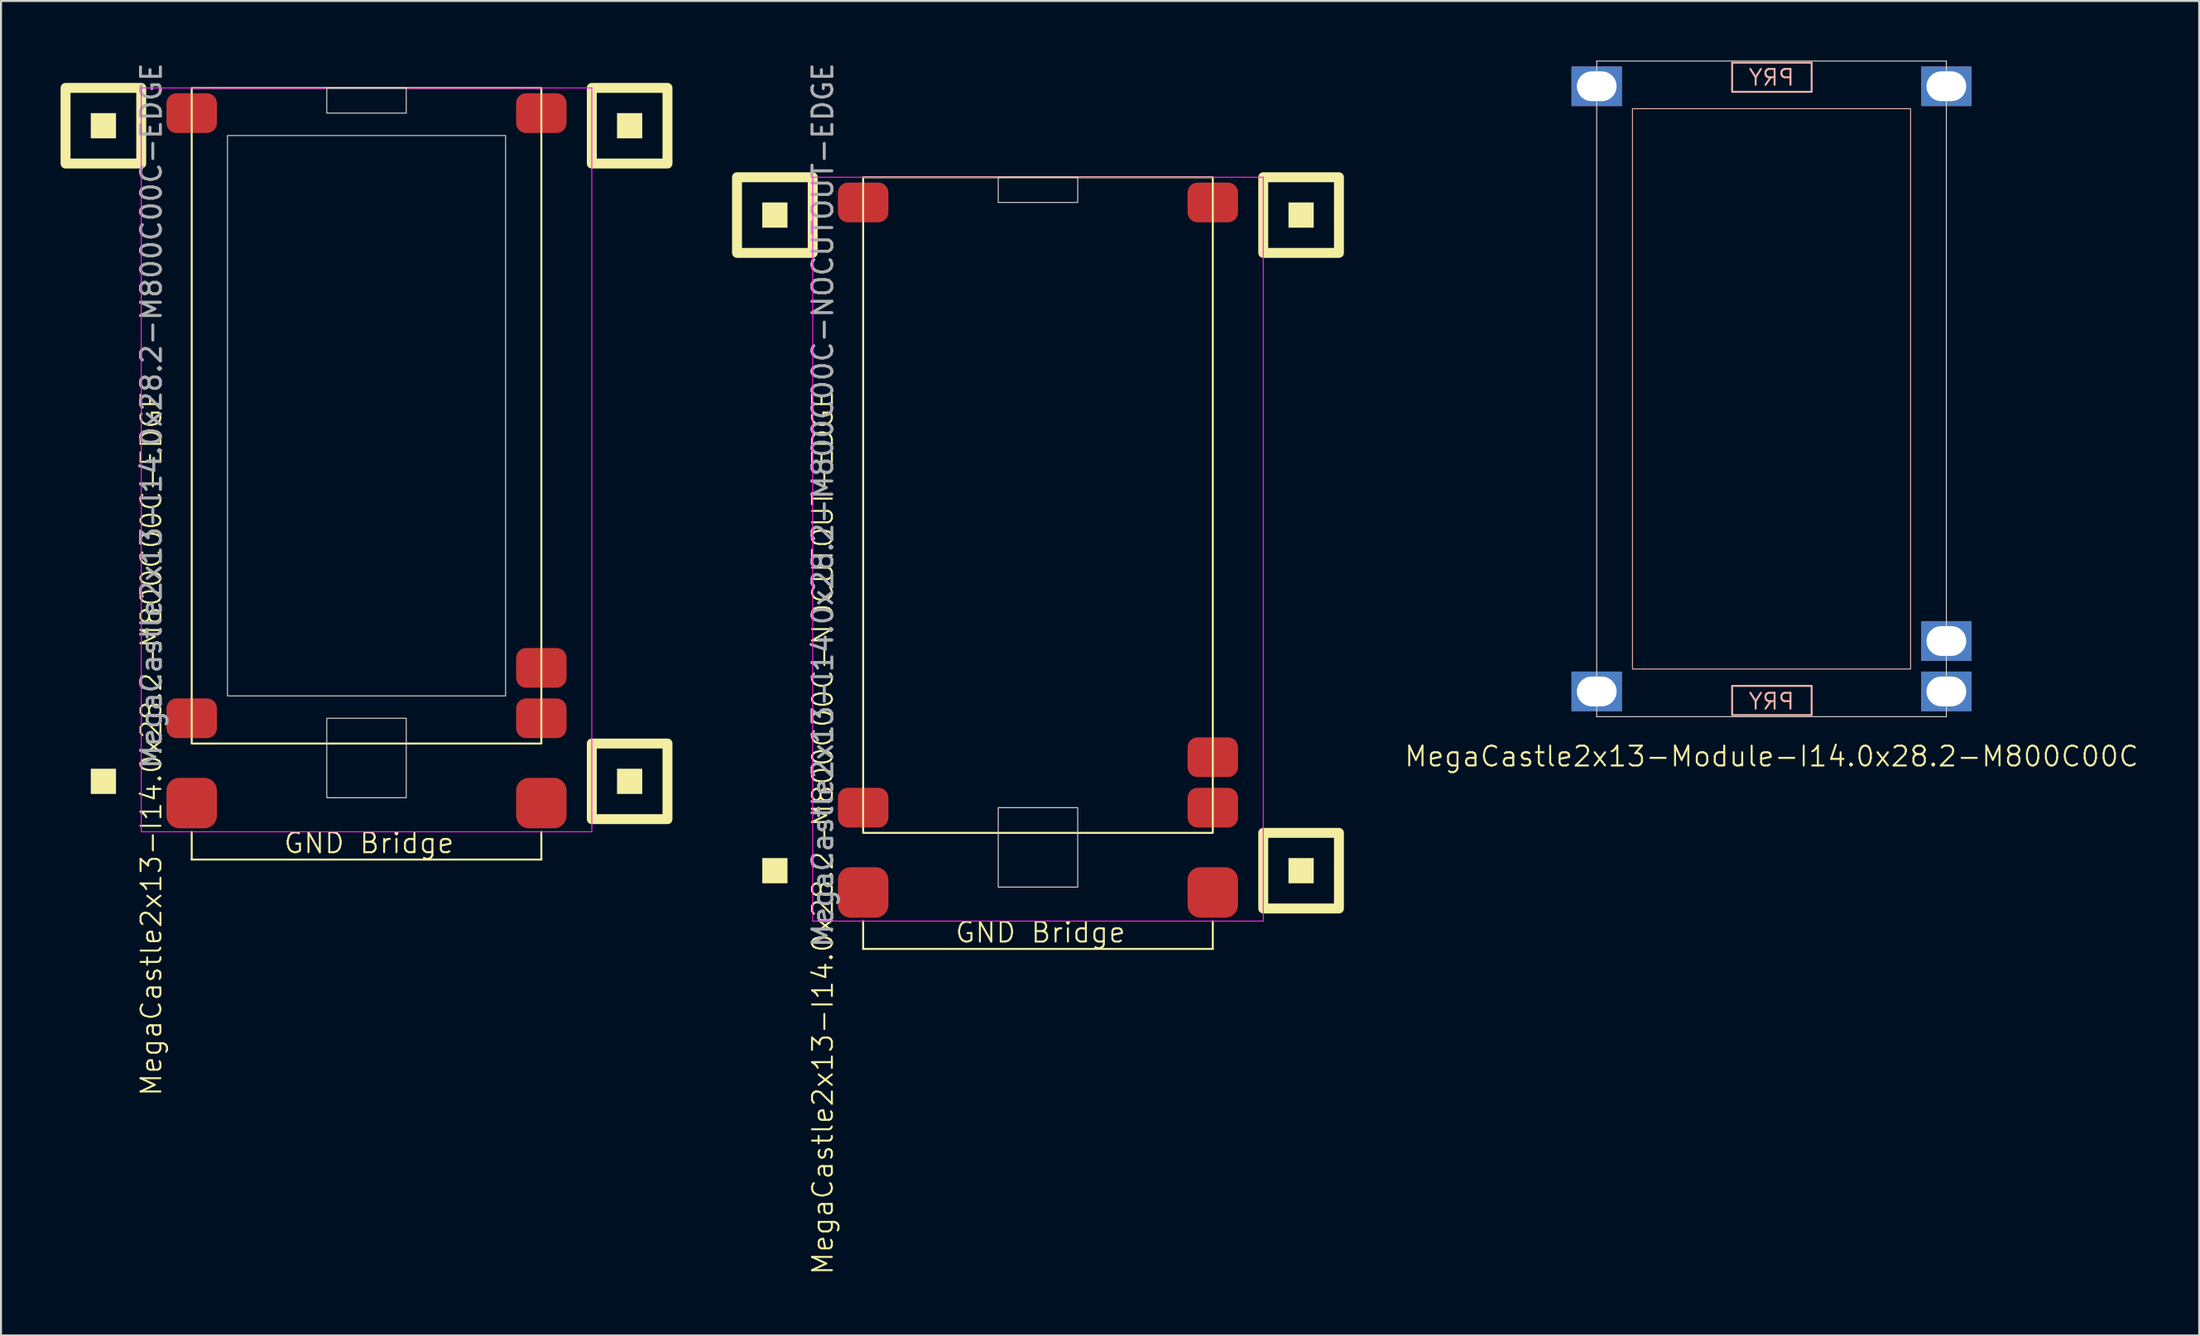
<source format=kicad_pcb>
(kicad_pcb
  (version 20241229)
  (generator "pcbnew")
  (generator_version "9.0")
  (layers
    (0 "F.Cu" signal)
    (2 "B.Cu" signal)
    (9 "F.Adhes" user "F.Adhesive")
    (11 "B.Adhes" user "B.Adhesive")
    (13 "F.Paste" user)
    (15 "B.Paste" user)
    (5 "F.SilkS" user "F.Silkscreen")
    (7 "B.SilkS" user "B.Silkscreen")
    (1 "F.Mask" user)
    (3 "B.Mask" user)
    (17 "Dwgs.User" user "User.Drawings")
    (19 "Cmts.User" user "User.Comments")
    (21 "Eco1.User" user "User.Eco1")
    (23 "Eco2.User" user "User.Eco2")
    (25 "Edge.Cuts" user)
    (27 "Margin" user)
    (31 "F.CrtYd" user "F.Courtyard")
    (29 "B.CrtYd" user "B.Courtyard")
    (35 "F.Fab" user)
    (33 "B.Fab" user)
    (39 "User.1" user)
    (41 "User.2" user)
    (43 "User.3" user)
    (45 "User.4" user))
  (footprint "MegaCastle2x13-Module-I14.0x28.2-M800C00C"
    (layer "F.Cu")
    (at 86.126 16.535)
    (property "Reference" "MegaCastle2x13-Module-I14.0x28.2-M800C00C" (at 0 18.51 0) (unlocked yes) (layer "F.SilkS") (effects (font (size 1 1) (thickness 0.1))))
    (attr smd)
    (fp_rect (start -7 14.11) (end 7 -14.11) (stroke (width 0.05) (type default)) (fill no) (layer "B.SilkS"))
    (fp_rect (start -1.984 -14.961) (end 2.02 -16.43) (stroke (width 0.1) (type default)) (fill no) (layer "B.SilkS"))
    (fp_rect (start -1.984 14.961) (end 2.02 16.43) (stroke (width 0.1) (type default)) (fill no) (layer "B.SilkS"))
    (fp_line (start -8.8 -16.51) (end -8.8 16.51) (stroke (width 0.05) (type default)) (layer "Edge.Cuts"))
    (fp_line (start -8.8 -16.51) (end 8.8 -16.51) (stroke (width 0.05) (type default)) (layer "Edge.Cuts"))
    (fp_line (start -8.8 16.51) (end 8.8 16.51) (stroke (width 0.05) (type default)) (layer "Edge.Cuts"))
    (fp_line (start 8.8 -16.51) (end 8.8 16.51) (stroke (width 0.05) (type default)) (layer "Edge.Cuts"))
    (fp_text user "PRY" (at 0 -15.21 0) (unlocked yes) (layer "B.SilkS") (effects (font (size 0.8 0.8) (thickness 0.1)) (justify bottom mirror)))
    (fp_text user "PRY" (at 0 16.21 0) (unlocked yes) (layer "B.SilkS") (effects (font (size 0.8 0.8) (thickness 0.1)) (justify bottom mirror)))
    (pad "1" thru_hole rect (at -8.8 -15.24) (size 2.54 2) (drill oval 2 1.5) (property pad_prop_castellated) (layers "*.Cu" "*.Mask"))
    (pad "13" thru_hole rect (at -8.8 15.24) (size 2.54 2) (drill oval 2 1.5) (property pad_prop_castellated) (layers "*.Cu" "*.Mask"))
    (pad "14" thru_hole rect (at 8.8 -15.24) (size 2.54 2) (drill oval 2 1.5) (property pad_prop_castellated) (layers "*.Cu" "*.Mask"))
    (pad "25" thru_hole rect (at 8.8 12.7) (size 2.54 2) (drill oval 2 1.5) (property pad_prop_castellated) (layers "*.Cu" "*.Mask"))
    (pad "26" thru_hole rect (at 8.8 15.24) (size 2.54 2) (drill oval 2 1.5) (property pad_prop_castellated) (layers "*.Cu" "*.Mask"))
    (zone (net_name "") (layer "B.Cu") (hatch edge 0.5) (connect_pads) (min_thickness 0.25) (filled_areas_thickness no) (keepout (tracks allowed) (vias allowed) (pads allowed) (copperpour allowed) (footprints not_allowed)) (placement (enabled no)) (fill) (polygon (pts (xy 77.326 33.045) (xy 77.326 0.025) (xy 79.126 0.025) (xy 79.126 33.045))))
    (zone (net_name "") (layer "B.Cu") (hatch edge 0.5) (connect_pads) (min_thickness 0.25) (filled_areas_thickness no) (keepout (tracks allowed) (vias allowed) (pads allowed) (copperpour allowed) (footprints not_allowed)) (placement (enabled no)) (fill) (polygon (pts (xy 79.126 0.025) (xy 79.126 2.425) (xy 93.126 2.425) (xy 93.126 0.025))))
    (zone (net_name "") (layer "B.Cu") (hatch edge 0.5) (connect_pads) (min_thickness 0.25) (filled_areas_thickness no) (keepout (tracks allowed) (vias allowed) (pads allowed) (copperpour allowed) (footprints not_allowed)) (placement (enabled no)) (fill) (polygon (pts (xy 79.126 33.045) (xy 79.126 30.645) (xy 93.126 30.645) (xy 93.126 33.045))))
    (zone (net_name "") (layer "B.Cu") (name "Upper Pry Zone") (hatch edge 0.5) (connect_pads) (min_thickness 0.25) (filled_areas_thickness no) (keepout (tracks not_allowed) (vias not_allowed) (pads not_allowed) (copperpour allowed) (footprints not_allowed)) (placement (enabled no)) (fill) (polygon (pts (xy 84.142 1.574) (xy 84.142 0.105) (xy 88.146 0.105) (xy 88.146 1.574))))
    (zone (net_name "") (layer "B.Cu") (name "Upper Pry Zone") (hatch edge 0.5) (connect_pads) (min_thickness 0.25) (filled_areas_thickness no) (keepout (tracks not_allowed) (vias not_allowed) (pads not_allowed) (copperpour allowed) (footprints not_allowed)) (placement (enabled no)) (fill) (polygon (pts (xy 84.142 31.496) (xy 84.142 32.965) (xy 88.146 32.965) (xy 88.146 31.496))))
    (zone (net_name "") (layer "B.Cu") (hatch edge 0.5) (connect_pads) (min_thickness 0.25) (filled_areas_thickness no) (keepout (tracks allowed) (vias allowed) (pads allowed) (copperpour allowed) (footprints not_allowed)) (placement (enabled no)) (fill) (polygon (pts (xy 94.926 33.045) (xy 94.926 0.025) (xy 93.126 0.025) (xy 93.126 33.045)))))
  (footprint "MegaCastle2x13-I14.0x28.2-M800C00C-EDGE"
    (layer "F.Cu")
    (at 15.4 17.887)
    (property "Reference" "MegaCastle2x13-I14.0x28.2-M800C00C-EDGE" (at -10.832 16.51 90) (unlocked yes) (layer "F.SilkS") (effects (font (size 1 1) (thickness 0.1))))
    (attr smd)
    (fp_line (start -8.8 20.955) (end -8.8 22.355) (stroke (width 0.1) (type default)) (layer "F.SilkS"))
    (fp_line (start -8.8 22.355) (end 8.8 22.355) (stroke (width 0.1) (type default)) (layer "F.SilkS"))
    (fp_line (start 8.8 20.955) (end 8.8 22.355) (stroke (width 0.1) (type default)) (layer "F.SilkS"))
    (fp_rect (start -12.61 -13.97) (end -13.88 -15.24) (stroke (width 0) (type solid)) (fill yes) (layer "F.SilkS"))
    (fp_rect (start -12.61 19.05) (end -13.88 17.78) (stroke (width 0) (type solid)) (fill yes) (layer "F.SilkS"))
    (fp_rect (start -11.34 -12.7) (end -15.15 -16.51) (stroke (width 0.5) (type default)) (fill no) (layer "F.SilkS"))
    (fp_rect (start -8.8 -16.51) (end 8.8 16.51) (stroke (width 0.1) (type default)) (fill no) (layer "F.SilkS"))
    (fp_rect (start 13.88 -13.97) (end 12.61 -15.24) (stroke (width 0) (type solid)) (fill yes) (layer "F.SilkS"))
    (fp_rect (start 13.88 19.05) (end 12.61 17.78) (stroke (width 0) (type solid)) (fill yes) (layer "F.SilkS"))
    (fp_rect (start 15.15 -12.7) (end 11.34 -16.51) (stroke (width 0.5) (type default)) (fill no) (layer "F.SilkS"))
    (fp_rect (start 15.15 20.32) (end 11.34 16.51) (stroke (width 0.5) (type default)) (fill no) (layer "F.SilkS"))
    (fp_rect (start -7 -14.11) (end 7 14.11) (stroke (width 0.05) (type default)) (fill no) (layer "Edge.Cuts"))
    (fp_rect (start -2 -15.24) (end 2 -16.51) (stroke (width 0.05) (type default)) (fill no) (layer "Edge.Cuts"))
    (fp_rect (start -2 15.24) (end 2 19.24) (stroke (width 0.05) (type default)) (fill no) (layer "Edge.Cuts"))
    (fp_line (start -11.34 -16.51) (end -11.34 20.955) (stroke (width 0.05) (type default)) (layer "F.CrtYd"))
    (fp_line (start -11.34 20.955) (end 11.34 20.955) (stroke (width 0.05) (type default)) (layer "F.CrtYd"))
    (fp_line (start 11.34 -16.51) (end -11.34 -16.51) (stroke (width 0.05) (type default)) (layer "F.CrtYd"))
    (fp_line (start 11.34 -16.51) (end 11.34 20.955) (stroke (width 0.05) (type default)) (layer "F.CrtYd"))
    (fp_text user "GND Bridge" (at -4.226 22.11 0) (unlocked yes) (layer "F.SilkS") (effects (font (size 1 1) (thickness 0.1)) (justify left bottom)))
    (fp_text user "${REFERENCE}" (at -10.832 0 90) (unlocked yes) (layer "F.Fab") (effects (font (size 1 1) (thickness 0.15))))
    (pad "1" smd roundrect (at -8.8 -15.24) (size 2.54 2) (layers "F.Cu" "F.Mask" "F.Paste") (roundrect_rratio 0.25))
    (pad "13" smd roundrect (at -8.8 15.24) (size 2.54 2) (layers "F.Cu" "F.Mask" "F.Paste") (roundrect_rratio 0.25))
    (pad "14" smd roundrect (at 8.8 -15.24) (size 2.54 2) (layers "F.Cu" "F.Mask" "F.Paste") (roundrect_rratio 0.25))
    (pad "25" smd roundrect (at 8.8 12.7) (size 2.54 2) (layers "F.Cu" "F.Mask" "F.Paste") (roundrect_rratio 0.25))
    (pad "26" smd roundrect (at 8.8 15.24) (size 2.54 2) (layers "F.Cu" "F.Mask" "F.Paste") (roundrect_rratio 0.25))
    (pad "B1" smd roundrect (at -8.8 19.51) (size 2.54 2.54) (layers "F.Cu" "F.Mask" "F.Paste") (roundrect_rratio 0.25))
    (pad "B2" smd roundrect (at 8.8 19.51) (size 2.54 2.54) (layers "F.Cu" "F.Mask" "F.Paste") (roundrect_rratio 0.25)))
  (footprint "MegaCastle2x13-I14.0x28.2-M800C00C-NOCUTOUT-EDGE"
    (layer "F.Cu")
    (at 49.2 22.387)
    (property "Reference" "MegaCastle2x13-I14.0x28.2-M800C00C-NOCUTOUT-EDGE" (at -10.832 16.51 90) (unlocked yes) (layer "F.SilkS") (effects (font (size 1 1) (thickness 0.1))))
    (attr smd)
    (fp_line (start -8.8 20.955) (end -8.8 22.355) (stroke (width 0.1) (type default)) (layer "F.SilkS"))
    (fp_line (start -8.8 22.355) (end 8.8 22.355) (stroke (width 0.1) (type default)) (layer "F.SilkS"))
    (fp_line (start 8.8 20.955) (end 8.8 22.355) (stroke (width 0.1) (type default)) (layer "F.SilkS"))
    (fp_rect (start -12.61 -13.97) (end -13.88 -15.24) (stroke (width 0) (type solid)) (fill yes) (layer "F.SilkS"))
    (fp_rect (start -12.61 19.05) (end -13.88 17.78) (stroke (width 0) (type solid)) (fill yes) (layer "F.SilkS"))
    (fp_rect (start -11.34 -12.7) (end -15.15 -16.51) (stroke (width 0.5) (type default)) (fill no) (layer "F.SilkS"))
    (fp_rect (start -8.8 -16.51) (end 8.8 16.51) (stroke (width 0.1) (type default)) (fill no) (layer "F.SilkS"))
    (fp_rect (start 13.88 -13.97) (end 12.61 -15.24) (stroke (width 0) (type solid)) (fill yes) (layer "F.SilkS"))
    (fp_rect (start 13.88 19.05) (end 12.61 17.78) (stroke (width 0) (type solid)) (fill yes) (layer "F.SilkS"))
    (fp_rect (start 15.15 -12.7) (end 11.34 -16.51) (stroke (width 0.5) (type default)) (fill no) (layer "F.SilkS"))
    (fp_rect (start 15.15 20.32) (end 11.34 16.51) (stroke (width 0.5) (type default)) (fill no) (layer "F.SilkS"))
    (fp_rect (start -2 -15.24) (end 2 -16.51) (stroke (width 0.05) (type default)) (fill no) (layer "Edge.Cuts"))
    (fp_rect (start -2 15.24) (end 2 19.24) (stroke (width 0.05) (type default)) (fill no) (layer "Edge.Cuts"))
    (fp_line (start -11.34 -16.51) (end -11.34 20.955) (stroke (width 0.05) (type default)) (layer "F.CrtYd"))
    (fp_line (start -11.34 20.955) (end 11.34 20.955) (stroke (width 0.05) (type default)) (layer "F.CrtYd"))
    (fp_line (start 11.34 -16.51) (end -11.34 -16.51) (stroke (width 0.05) (type default)) (layer "F.CrtYd"))
    (fp_line (start 11.34 -16.51) (end 11.34 20.955) (stroke (width 0.05) (type default)) (layer "F.CrtYd"))
    (fp_text user "GND Bridge" (at -4.226 22.11 0) (unlocked yes) (layer "F.SilkS") (effects (font (size 1 1) (thickness 0.1)) (justify left bottom)))
    (fp_text user "${REFERENCE}" (at -10.832 0 90) (unlocked yes) (layer "F.Fab") (effects (font (size 1 1) (thickness 0.15))))
    (pad "1" smd roundrect (at -8.8 -15.24) (size 2.54 2) (layers "F.Cu" "F.Mask" "F.Paste") (roundrect_rratio 0.25))
    (pad "13" smd roundrect (at -8.8 15.24) (size 2.54 2) (layers "F.Cu" "F.Mask" "F.Paste") (roundrect_rratio 0.25))
    (pad "14" smd roundrect (at 8.8 -15.24) (size 2.54 2) (layers "F.Cu" "F.Mask" "F.Paste") (roundrect_rratio 0.25))
    (pad "25" smd roundrect (at 8.8 12.7) (size 2.54 2) (layers "F.Cu" "F.Mask" "F.Paste") (roundrect_rratio 0.25))
    (pad "26" smd roundrect (at 8.8 15.24) (size 2.54 2) (layers "F.Cu" "F.Mask" "F.Paste") (roundrect_rratio 0.25))
    (pad "B1" smd roundrect (at -8.8 19.51) (size 2.54 2.54) (layers "F.Cu" "F.Mask" "F.Paste") (roundrect_rratio 0.25))
    (pad "B2" smd roundrect (at 8.8 19.51) (size 2.54 2.54) (layers "F.Cu" "F.Mask" "F.Paste") (roundrect_rratio 0.25)))
  (gr_rect
    (start -3 -3)
    (end 107.652 64.209)
    (stroke (width 0.1) (type default))
    (fill no)
    (layer "Edge.Cuts")))
</source>
